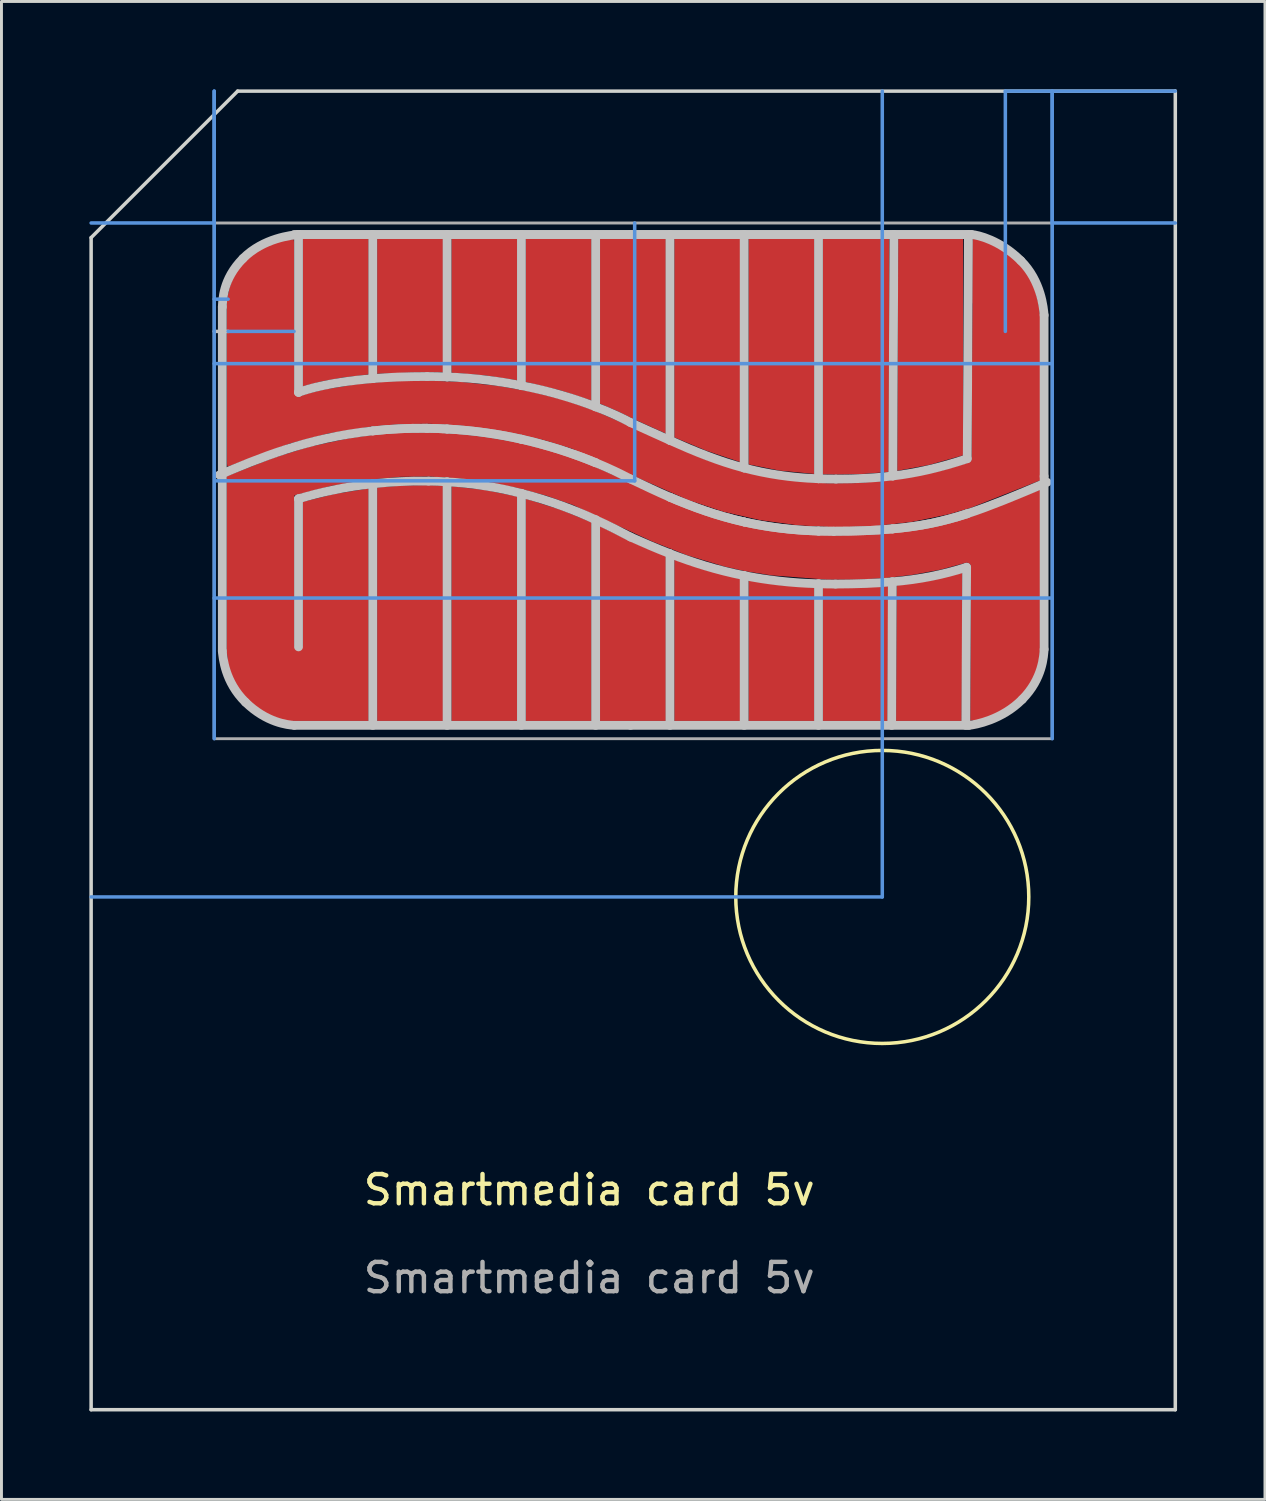
<source format=kicad_pcb>
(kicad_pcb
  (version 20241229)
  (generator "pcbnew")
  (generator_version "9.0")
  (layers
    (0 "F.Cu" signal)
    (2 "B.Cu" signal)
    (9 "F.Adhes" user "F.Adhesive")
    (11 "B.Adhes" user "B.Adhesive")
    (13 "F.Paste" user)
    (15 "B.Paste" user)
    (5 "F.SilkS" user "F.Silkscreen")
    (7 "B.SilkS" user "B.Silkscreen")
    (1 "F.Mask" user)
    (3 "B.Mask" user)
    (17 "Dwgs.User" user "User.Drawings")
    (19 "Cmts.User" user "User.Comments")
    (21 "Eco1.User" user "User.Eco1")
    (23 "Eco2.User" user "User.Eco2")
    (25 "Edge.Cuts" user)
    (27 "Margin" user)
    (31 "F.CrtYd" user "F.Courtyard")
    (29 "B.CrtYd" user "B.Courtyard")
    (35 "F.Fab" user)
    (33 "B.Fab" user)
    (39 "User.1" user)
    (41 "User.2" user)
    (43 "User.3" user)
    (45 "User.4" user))
  (footprint "Smartmedia card 5v"
    (layer "F.Cu")
    (at 18.788 14.821)
    (property "Reference" "Smartmedia card 5v" (at -1.728 22.739 0) (unlocked yes) (layer "F.SilkS") (effects (font (size 1 1) (thickness 0.15))))
    (fp_poly (pts (xy -6.431 6.732) (xy -6.431 -1.277) (xy -5.258 -1.144) (xy -4.184 -0.925) (xy -4.184 6.732)) (stroke (width 0) (type solid)) (fill yes) (layer "F.Cu"))
    (fp_poly (pts (xy -4.184 -9.728) (xy -4.184 -4.892) (xy -5.261 -5.056) (xy -6.431 -5.152) (xy -6.431 -9.728)) (stroke (width 0) (type solid)) (fill yes) (layer "F.Cu"))
    (fp_poly (pts (xy -1.651 -4.203) (xy -2.686 -4.542) (xy -3.894 -4.836) (xy -3.894 -9.728) (xy -1.651 -9.728)) (stroke (width 0) (type solid)) (fill yes) (layer "F.Cu"))
    (fp_poly (pts (xy -1.651 -0.045) (xy -1.651 6.732) (xy -3.894 6.732) (xy -3.894 -0.849) (xy -2.681 -0.466)) (stroke (width 0) (type solid)) (fill yes) (layer "F.Cu"))
    (fp_poly (pts (xy -1.361 6.732) (xy -1.361 0.087) (xy -0.373 0.581) (xy 0.885 1.114) (xy 0.885 6.732)) (stroke (width 0) (type solid)) (fill yes) (layer "F.Cu"))
    (fp_poly (pts (xy 1.175 -2.944) (xy 1.175 -9.728) (xy 3.418 -9.728) (xy 3.418 -2.102) (xy 2.29 -2.48)) (stroke (width 0) (type solid)) (fill yes) (layer "F.Cu"))
    (fp_poly (pts (xy 3.418 1.881) (xy 3.418 6.732) (xy 1.175 6.732) (xy 1.175 1.225) (xy 2.244 1.585)) (stroke (width 0) (type solid)) (fill yes) (layer "F.Cu"))
    (fp_poly (pts (xy 5.954 -1.695) (xy 4.767 -1.81) (xy 3.708 -2.022) (xy 3.708 -9.728) (xy 5.954 -9.728)) (stroke (width 0) (type solid)) (fill yes) (layer "F.Cu"))
    (fp_poly (pts (xy 5.954 2.182) (xy 5.954 6.732) (xy 3.708 6.732) (xy 3.708 1.938) (xy 4.78 2.097)) (stroke (width 0) (type solid)) (fill yes) (layer "F.Cu"))
    (fp_poly (pts (xy 8.473 2.133) (xy 8.453 6.732) (xy 6.245 6.732) (xy 6.245 2.191) (xy 6.679 2.199)) (stroke (width 0) (type solid)) (fill yes) (layer "F.Cu"))
    (fp_poly (pts (xy 8.743 6.732) (xy 8.763 2.106) (xy 9.928 1.94) (xy 11.009 1.672) (xy 10.982 6.732)) (stroke (width 0) (type solid)) (fill yes) (layer "F.Cu"))
    (fp_poly (pts (xy -9.257 -9.728) (xy -9.257 -5.091) (xy -10.149 -4.985) (xy -10.84 -4.861) (xy -11.5 -4.69) (xy -11.5 -9.728)) (stroke (width 0) (type solid)) (fill yes) (layer "F.Cu"))
    (fp_poly (pts (xy -8.967 -1.235) (xy -8.108 -1.3) (xy -7.21 -1.315) (xy -6.721 -1.295) (xy -6.721 6.732) (xy -8.967 6.732)) (stroke (width 0) (type solid)) (fill yes) (layer "F.Cu"))
    (fp_poly (pts (xy 8.51 -9.724) (xy 8.492 -1.767) (xy 7.629 -1.697) (xy 6.696 -1.675) (xy 6.245 -1.683) (xy 6.245 -9.728)) (stroke (width 0) (type solid)) (fill yes) (layer "F.Cu"))
    (fp_poly (pts (xy -8.967 -9.728) (xy -6.721 -9.728) (xy -6.721 -5.164) (xy -7.257 -5.175) (xy -8.967 -5.115) (xy -8.967 -9.728) (xy -7.257 -5.175)) (stroke (width 0) (type solid)) (fill yes) (layer "F.Cu"))
    (fp_poly (pts (xy 11.032 -9.728) (xy 11.032 -2.332) (xy 9.866 -2.004) (xy 8.782 -1.804) (xy 8.816 -9.728) (xy 11.032 -9.728) (xy 11.032 -2.332)) (stroke (width 0) (type solid)) (fill yes) (layer "F.Cu"))
    (fp_poly (pts (xy -1.361 -9.728) (xy 0.885 -9.728) (xy 0.885 -3.074) (xy -0.25 -3.587) (xy -0.753 -3.835) (xy -1.361 -4.094) (xy -1.361 -9.728) (xy -0.25 -3.587)) (stroke (width 0) (type solid)) (fill yes) (layer "F.Cu"))
    (fp_poly (pts (xy -11.903 -7.616) (xy -11.903 -9.586) (xy -12.047 -9.586) (xy -12.333 -9.549) (xy -12.611 -9.472) (xy -12.875 -9.356) (xy -13.12 -9.203) (xy -13.341 -9.017) (xy -13.533 -8.802) (xy -13.692 -8.562) (xy -13.816 -8.301) (xy -13.901 -8.025) (xy -13.947 -7.741) (xy -13.953 -7.616)) (stroke (width 0.2) (type solid)) (fill yes) (layer "F.Cu"))
    (fp_poly (pts (xy -11.903 4.589) (xy -13.963 4.589) (xy -13.962 4.733) (xy -13.925 5.019) (xy -13.848 5.297) (xy -13.732 5.561) (xy -13.58 5.806) (xy -13.394 6.027) (xy -13.179 6.219) (xy -12.938 6.378) (xy -12.678 6.502) (xy -12.402 6.587) (xy -12.117 6.632) (xy -11.903 6.639)) (stroke (width 0.2) (type solid)) (fill yes) (layer "F.Cu"))
    (fp_poly (pts (xy -11.903 4.589) (xy -13.963 4.589) (xy -13.962 4.733) (xy -13.925 5.019) (xy -13.848 5.297) (xy -13.732 5.561) (xy -13.58 5.806) (xy -13.394 6.027) (xy -13.179 6.219) (xy -12.938 6.378) (xy -12.678 6.502) (xy -12.402 6.587) (xy -12.117 6.632) (xy -11.903 6.639)) (stroke (width 0.2) (type solid)) (fill yes) (layer "F.Cu"))
    (fp_poly (pts (xy 11.442 4.669) (xy 11.442 6.639) (xy 11.587 6.638) (xy 11.873 6.601) (xy 12.151 6.524) (xy 12.415 6.408) (xy 12.66 6.256) (xy 12.88 6.07) (xy 13.072 5.855) (xy 13.232 5.614) (xy 13.356 5.353) (xy 13.441 5.078) (xy 13.486 4.793) (xy 13.492 4.669)) (stroke (width 0.2) (type solid)) (fill yes) (layer "F.Cu"))
    (fp_poly (pts (xy 11.442 4.669) (xy 11.442 6.639) (xy 11.587 6.638) (xy 11.873 6.601) (xy 12.151 6.524) (xy 12.415 6.408) (xy 12.66 6.256) (xy 12.88 6.07) (xy 13.072 5.855) (xy 13.232 5.614) (xy 13.356 5.353) (xy 13.441 5.078) (xy 13.486 4.793) (xy 13.492 4.669)) (stroke (width 0.2) (type solid)) (fill yes) (layer "F.Cu"))
    (fp_poly (pts (xy 11.452 -7.556) (xy 13.422 -7.556) (xy 13.422 -7.701) (xy 13.385 -7.987) (xy 13.308 -8.265) (xy 13.192 -8.529) (xy 13.039 -8.774) (xy 12.853 -8.995) (xy 12.638 -9.187) (xy 12.398 -9.346) (xy 12.137 -9.47) (xy 11.861 -9.555) (xy 11.576 -9.6) (xy 11.452 -9.606)) (stroke (width 0.2) (type solid)) (fill yes) (layer "F.Cu"))
    (fp_poly (pts (xy -9.096 -3.03) (xy -8.16 -3.107) (xy -7.191 -3.118) (xy -6.205 -3.065) (xy -5.218 -2.951) (xy -4.245 -2.78) (xy -3.301 -2.555) (xy -2.401 -2.278) (xy -1.562 -1.954) (xy 1.532 -0.546) (xy 2.823 -0.103) (xy 4.105 0.194) (xy 5.39 0.347) (xy 6.749 0.397) (xy 8.05 0.361) (xy 9.338 0.233) (xy 9.982 0.121) (xy 10.588 -0.022) (xy 11.174 -0.194) (xy 13.656 -1.16) (xy 13.652 4.395) (xy 13.641 4.513) (xy 13.624 4.63) (xy 13.599 4.745) (xy 13.569 4.858) (xy 13.532 4.969) (xy 13.442 5.183) (xy 13.33 5.388) (xy 13.2 5.581) (xy 13.052 5.763) (xy 12.888 5.933) (xy 12.712 6.088) (xy 12.524 6.23) (xy 12.327 6.356) (xy 12.122 6.466) (xy 11.913 6.558) (xy 11.7 6.633) (xy 11.486 6.689) (xy 11.272 6.725) (xy 11.3 1.471) (xy 11.299 1.462) (xy 11.298 1.454) (xy 11.297 1.445) (xy 11.294 1.437) (xy 11.292 1.429) (xy 11.288 1.421) (xy 11.285 1.414) (xy 11.28 1.406) (xy 11.276 1.399) (xy 11.271 1.392) (xy 11.265 1.386) (xy 11.26 1.38) (xy 11.253 1.374) (xy 11.247 1.368) (xy 11.24 1.363) (xy 11.233 1.358) (xy 11.226 1.354) (xy 11.219 1.35) (xy 11.211 1.346) (xy 11.203 1.343) (xy 11.195 1.34) (xy 11.187 1.338) (xy 11.179 1.336) (xy 11.17 1.335) (xy 11.162 1.334) (xy 11.153 1.334) (xy 11.145 1.334) (xy 11.136 1.335) (xy 11.128 1.336) (xy 10.236 1.575) (xy 9.313 1.746) (xy 8.357 1.858) (xy 7.383 1.912) (xy 6.405 1.912) (xy 4.494 1.765) (xy 3.591 1.623) (xy 2.889 1.464) (xy 1.603 1.077) (xy 0.4 0.6) (xy -2.293 -0.641) (xy -3.204 -0.957) (xy -4.164 -1.215) (xy -5.156 -1.412) (xy -6.165 -1.544) (xy -7.174 -1.607) (xy -8.167 -1.598) (xy -9.128 -1.512) (xy -10.533 -1.289) (xy -11.79 -0.964) (xy -11.79 4.195) (xy -11.5 4.195) (xy -11.5 -0.746) (xy -10.437 -1.01) (xy -9.257 -1.202) (xy -9.257 6.732) (xy -11.787 6.732) (xy -11.886 6.723) (xy -12.023 6.702) (xy -12.194 6.663) (xy -12.392 6.601) (xy -12.613 6.507) (xy -12.85 6.378) (xy -12.974 6.297) (xy -13.099 6.205) (xy -13.226 6.1) (xy -13.354 5.983) (xy -13.471 5.86) (xy -13.576 5.735) (xy -13.668 5.609) (xy -13.748 5.483) (xy -13.818 5.358) (xy -13.877 5.235) (xy -13.97 4.998) (xy -14.032 4.782) (xy -14.071 4.593) (xy -14.104 4.333) (xy -14.104 -1.617) (xy -12.525 -2.238) (xy -11.289 -2.623) (xy -9.876 -2.925) (xy -9.097 -3.03)) (stroke (width 0) (type solid)) (fill yes) (layer "F.Cu"))
    (fp_poly (pts (xy 2.21 -2.196) (xy 3.526 -1.767) (xy 4.461 -1.571) (xy 5.417 -1.442) (xy 6.386 -1.379) (xy 7.364 -1.384) (xy 8.342 -1.457) (xy 9.316 -1.599) (xy 10.277 -1.808) (xy 11.222 -2.087) (xy 11.232 -2.091) (xy 11.243 -2.096) (xy 11.253 -2.102) (xy 11.262 -2.108) (xy 11.271 -2.115) (xy 11.279 -2.123) (xy 11.286 -2.131) (xy 11.293 -2.14) (xy 11.299 -2.149) (xy 11.305 -2.159) (xy 11.31 -2.169) (xy 11.314 -2.179) (xy 11.317 -2.19) (xy 11.319 -2.201) (xy 11.32 -2.213) (xy 11.359 -9.722) (xy 11.454 -9.704) (xy 11.647 -9.654) (xy 11.844 -9.584) (xy 12.042 -9.497) (xy 12.24 -9.391) (xy 12.436 -9.266) (xy 12.627 -9.124) (xy 12.812 -8.964) (xy 13.018 -8.754) (xy 13.122 -8.626) (xy 13.214 -8.494) (xy 13.294 -8.362) (xy 13.364 -8.228) (xy 13.424 -8.096) (xy 13.518 -7.839) (xy 13.581 -7.602) (xy 13.622 -7.395) (xy 13.656 -7.115) (xy 13.656 -1.475) (xy 11.259 -0.529) (xy 10.526 -0.316) (xy 9.29 -0.061) (xy 8.009 0.086) (xy 6.703 0.126) (xy 5.394 0.058) (xy 4.103 -0.119) (xy 2.85 -0.406) (xy 1.656 -0.803) (xy -2.307 -2.553) (xy -3.223 -2.835) (xy -4.185 -3.064) (xy -5.176 -3.238) (xy -6.182 -3.354) (xy -7.186 -3.408) (xy -8.173 -3.397) (xy -9.128 -3.318) (xy -10.612 -3.083) (xy -11.917 -2.744) (xy -14.066 -1.947) (xy -14.075 -1.949) (xy -14.083 -1.982) (xy -14.09 -2.044) (xy -14.101 -7.374) (xy -14.104 -7.398) (xy -14.103 -7.472) (xy -14.088 -7.638) (xy -14.055 -7.826) (xy -14.002 -8.027) (xy -13.927 -8.235) (xy -13.83 -8.443) (xy -13.772 -8.544) (xy -13.708 -8.644) (xy -13.637 -8.739) (xy -13.56 -8.831) (xy -13.372 -9.019) (xy -13.265 -9.113) (xy -13.154 -9.198) (xy -13.041 -9.274) (xy -12.81 -9.405) (xy -12.58 -9.508) (xy -12.358 -9.586) (xy -12.152 -9.644) (xy -11.812 -9.709) (xy -11.79 -4.556) (xy -11.792 -4.546) (xy -11.793 -4.535) (xy -11.794 -4.524) (xy -11.793 -4.503) (xy -11.791 -4.482) (xy -11.786 -4.462) (xy -11.779 -4.442) (xy -11.775 -4.433) (xy -11.771 -4.424) (xy -11.766 -4.415) (xy -11.76 -4.407) (xy -11.755 -4.399) (xy -11.748 -4.391) (xy -11.742 -4.384) (xy -11.734 -4.377) (xy -11.727 -4.371) (xy -11.719 -4.365) (xy -11.711 -4.36) (xy -11.702 -4.356) (xy -11.693 -4.352) (xy -11.684 -4.349) (xy -11.674 -4.347) (xy -11.664 -4.345) (xy -11.654 -4.344) (xy -11.643 -4.344) (xy -11.632 -4.345) (xy -11.621 -4.347) (xy -11.61 -4.349) (xy -11.291 -4.451) (xy -10.778 -4.578) (xy -9.692 -4.757) (xy -8.534 -4.86) (xy -7.33 -4.887) (xy -6.107 -4.837) (xy -4.892 -4.709) (xy -3.711 -4.505) (xy -2.591 -4.222) (xy -1.559 -3.861)) (stroke (width 0) (type solid)) (fill yes) (layer "F.Cu"))
    (fp_poly (pts (xy -6.431 6.732) (xy -6.431 -1.277) (xy -5.258 -1.144) (xy -4.184 -0.925) (xy -4.184 6.732)) (stroke (width 0) (type solid)) (fill yes) (layer "F.Mask"))
    (fp_poly (pts (xy -4.184 -9.728) (xy -4.184 -4.892) (xy -5.261 -5.056) (xy -6.431 -5.152) (xy -6.431 -9.728)) (stroke (width 0) (type solid)) (fill yes) (layer "F.Mask"))
    (fp_poly (pts (xy -1.651 -4.203) (xy -2.686 -4.542) (xy -3.894 -4.836) (xy -3.894 -9.728) (xy -1.651 -9.728)) (stroke (width 0) (type solid)) (fill yes) (layer "F.Mask"))
    (fp_poly (pts (xy -1.651 -0.045) (xy -1.651 6.732) (xy -3.894 6.732) (xy -3.894 -0.849) (xy -2.681 -0.466)) (stroke (width 0) (type solid)) (fill yes) (layer "F.Mask"))
    (fp_poly (pts (xy -1.361 6.732) (xy -1.361 0.087) (xy -0.373 0.581) (xy 0.885 1.114) (xy 0.885 6.732)) (stroke (width 0) (type solid)) (fill yes) (layer "F.Mask"))
    (fp_poly (pts (xy 1.175 -2.944) (xy 1.175 -9.728) (xy 3.418 -9.728) (xy 3.418 -2.102) (xy 2.29 -2.48)) (stroke (width 0) (type solid)) (fill yes) (layer "F.Mask"))
    (fp_poly (pts (xy 3.418 1.881) (xy 3.418 6.732) (xy 1.175 6.732) (xy 1.175 1.225) (xy 2.244 1.585)) (stroke (width 0) (type solid)) (fill yes) (layer "F.Mask"))
    (fp_poly (pts (xy 5.954 -1.695) (xy 4.767 -1.81) (xy 3.708 -2.022) (xy 3.708 -9.728) (xy 5.954 -9.728)) (stroke (width 0) (type solid)) (fill yes) (layer "F.Mask"))
    (fp_poly (pts (xy 5.954 2.182) (xy 5.954 6.732) (xy 3.708 6.732) (xy 3.708 1.938) (xy 4.78 2.097)) (stroke (width 0) (type solid)) (fill yes) (layer "F.Mask"))
    (fp_poly (pts (xy 8.473 2.133) (xy 8.453 6.732) (xy 6.245 6.732) (xy 6.245 2.191) (xy 6.679 2.199)) (stroke (width 0) (type solid)) (fill yes) (layer "F.Mask"))
    (fp_poly (pts (xy 8.743 6.732) (xy 8.763 2.106) (xy 9.928 1.94) (xy 11.009 1.672) (xy 10.982 6.732)) (stroke (width 0) (type solid)) (fill yes) (layer "F.Mask"))
    (fp_poly (pts (xy -9.257 -9.728) (xy -9.257 -5.091) (xy -10.149 -4.985) (xy -10.84 -4.861) (xy -11.5 -4.69) (xy -11.5 -9.728)) (stroke (width 0) (type solid)) (fill yes) (layer "F.Mask"))
    (fp_poly (pts (xy -8.967 -1.235) (xy -8.108 -1.3) (xy -7.21 -1.315) (xy -6.721 -1.295) (xy -6.721 6.732) (xy -8.967 6.732)) (stroke (width 0) (type solid)) (fill yes) (layer "F.Mask"))
    (fp_poly (pts (xy 8.51 -9.724) (xy 8.492 -1.767) (xy 7.629 -1.697) (xy 6.696 -1.675) (xy 6.245 -1.683) (xy 6.245 -9.728)) (stroke (width 0) (type solid)) (fill yes) (layer "F.Mask"))
    (fp_poly (pts (xy -8.967 -9.728) (xy -6.721 -9.728) (xy -6.721 -5.164) (xy -7.257 -5.175) (xy -8.967 -5.115) (xy -8.967 -9.728) (xy -7.257 -5.175)) (stroke (width 0) (type solid)) (fill yes) (layer "F.Mask"))
    (fp_poly (pts (xy 11.032 -9.728) (xy 11.032 -2.332) (xy 9.866 -2.004) (xy 8.782 -1.804) (xy 8.816 -9.728) (xy 11.032 -9.728) (xy 11.032 -2.332)) (stroke (width 0) (type solid)) (fill yes) (layer "F.Mask"))
    (fp_poly (pts (xy -1.361 -9.728) (xy 0.885 -9.728) (xy 0.885 -3.074) (xy -0.25 -3.587) (xy -0.753 -3.835) (xy -1.361 -4.094) (xy -1.361 -9.728) (xy -0.25 -3.587)) (stroke (width 0) (type solid)) (fill yes) (layer "F.Mask"))
    (fp_poly (pts (xy -11.903 -7.616) (xy -11.903 -9.586) (xy -12.047 -9.586) (xy -12.333 -9.549) (xy -12.611 -9.472) (xy -12.875 -9.356) (xy -13.12 -9.203) (xy -13.341 -9.017) (xy -13.533 -8.802) (xy -13.692 -8.562) (xy -13.816 -8.301) (xy -13.901 -8.025) (xy -13.947 -7.741) (xy -13.953 -7.616)) (stroke (width 0.2) (type solid)) (fill yes) (layer "F.Mask"))
    (fp_poly (pts (xy 11.452 -7.556) (xy 13.422 -7.556) (xy 13.422 -7.701) (xy 13.385 -7.987) (xy 13.308 -8.265) (xy 13.192 -8.529) (xy 13.039 -8.774) (xy 12.853 -8.995) (xy 12.638 -9.187) (xy 12.398 -9.346) (xy 12.137 -9.47) (xy 11.861 -9.555) (xy 11.576 -9.6) (xy 11.452 -9.606)) (stroke (width 0.2) (type solid)) (fill yes) (layer "F.Mask"))
    (fp_poly (pts (xy -9.096 -3.03) (xy -8.16 -3.107) (xy -7.191 -3.118) (xy -6.205 -3.065) (xy -5.218 -2.951) (xy -4.245 -2.78) (xy -3.301 -2.555) (xy -2.401 -2.278) (xy -1.562 -1.954) (xy 1.532 -0.546) (xy 2.823 -0.103) (xy 4.105 0.194) (xy 5.39 0.347) (xy 6.749 0.397) (xy 8.05 0.361) (xy 9.338 0.233) (xy 9.982 0.121) (xy 10.588 -0.022) (xy 11.174 -0.194) (xy 13.656 -1.16) (xy 13.652 4.395) (xy 13.641 4.513) (xy 13.624 4.63) (xy 13.599 4.745) (xy 13.569 4.858) (xy 13.532 4.969) (xy 13.442 5.183) (xy 13.33 5.388) (xy 13.2 5.581) (xy 13.052 5.763) (xy 12.888 5.933) (xy 12.712 6.088) (xy 12.524 6.23) (xy 12.327 6.356) (xy 12.122 6.466) (xy 11.913 6.558) (xy 11.7 6.633) (xy 11.486 6.689) (xy 11.272 6.725) (xy 11.3 1.471) (xy 11.299 1.462) (xy 11.298 1.454) (xy 11.297 1.445) (xy 11.294 1.437) (xy 11.292 1.429) (xy 11.288 1.421) (xy 11.285 1.414) (xy 11.28 1.406) (xy 11.276 1.399) (xy 11.271 1.392) (xy 11.265 1.386) (xy 11.26 1.38) (xy 11.253 1.374) (xy 11.247 1.368) (xy 11.24 1.363) (xy 11.233 1.358) (xy 11.226 1.354) (xy 11.219 1.35) (xy 11.211 1.346) (xy 11.203 1.343) (xy 11.195 1.34) (xy 11.187 1.338) (xy 11.179 1.336) (xy 11.17 1.335) (xy 11.162 1.334) (xy 11.153 1.334) (xy 11.145 1.334) (xy 11.136 1.335) (xy 11.128 1.336) (xy 10.236 1.575) (xy 9.313 1.746) (xy 8.357 1.858) (xy 7.383 1.912) (xy 6.405 1.912) (xy 4.494 1.765) (xy 3.591 1.623) (xy 2.889 1.464) (xy 1.603 1.077) (xy 0.4 0.6) (xy -2.293 -0.641) (xy -3.204 -0.957) (xy -4.164 -1.215) (xy -5.156 -1.412) (xy -6.165 -1.544) (xy -7.174 -1.607) (xy -8.167 -1.598) (xy -9.128 -1.512) (xy -10.533 -1.289) (xy -11.79 -0.964) (xy -11.79 4.195) (xy -11.5 4.195) (xy -11.5 -0.746) (xy -10.437 -1.01) (xy -9.257 -1.202) (xy -9.257 6.732) (xy -11.787 6.732) (xy -11.886 6.723) (xy -12.023 6.702) (xy -12.194 6.663) (xy -12.392 6.601) (xy -12.613 6.507) (xy -12.85 6.378) (xy -12.974 6.297) (xy -13.099 6.205) (xy -13.226 6.1) (xy -13.354 5.983) (xy -13.471 5.86) (xy -13.576 5.735) (xy -13.668 5.609) (xy -13.748 5.483) (xy -13.818 5.358) (xy -13.877 5.235) (xy -13.97 4.998) (xy -14.032 4.782) (xy -14.071 4.593) (xy -14.104 4.333) (xy -14.104 -1.617) (xy -12.525 -2.238) (xy -11.289 -2.623) (xy -9.876 -2.925) (xy -9.097 -3.03)) (stroke (width 0) (type solid)) (fill yes) (layer "F.Mask"))
    (fp_poly (pts (xy 2.21 -2.196) (xy 3.526 -1.767) (xy 4.461 -1.571) (xy 5.417 -1.442) (xy 6.386 -1.379) (xy 7.364 -1.384) (xy 8.342 -1.457) (xy 9.316 -1.599) (xy 10.277 -1.808) (xy 11.222 -2.087) (xy 11.232 -2.091) (xy 11.243 -2.096) (xy 11.253 -2.102) (xy 11.262 -2.108) (xy 11.271 -2.115) (xy 11.279 -2.123) (xy 11.286 -2.131) (xy 11.293 -2.14) (xy 11.299 -2.149) (xy 11.305 -2.159) (xy 11.31 -2.169) (xy 11.314 -2.179) (xy 11.317 -2.19) (xy 11.319 -2.201) (xy 11.32 -2.213) (xy 11.359 -9.722) (xy 11.454 -9.704) (xy 11.647 -9.654) (xy 11.844 -9.584) (xy 12.042 -9.497) (xy 12.24 -9.391) (xy 12.436 -9.266) (xy 12.627 -9.124) (xy 12.812 -8.964) (xy 13.018 -8.754) (xy 13.122 -8.626) (xy 13.214 -8.494) (xy 13.294 -8.362) (xy 13.364 -8.228) (xy 13.424 -8.096) (xy 13.518 -7.839) (xy 13.581 -7.602) (xy 13.622 -7.395) (xy 13.656 -7.115) (xy 13.656 -1.475) (xy 11.259 -0.529) (xy 10.526 -0.316) (xy 9.29 -0.061) (xy 8.009 0.086) (xy 6.703 0.126) (xy 5.394 0.058) (xy 4.103 -0.119) (xy 2.85 -0.406) (xy 1.656 -0.803) (xy -2.307 -2.553) (xy -3.223 -2.835) (xy -4.185 -3.064) (xy -5.176 -3.238) (xy -6.182 -3.354) (xy -7.186 -3.408) (xy -8.173 -3.397) (xy -9.128 -3.318) (xy -10.612 -3.083) (xy -11.917 -2.744) (xy -14.066 -1.947) (xy -14.075 -1.949) (xy -14.083 -1.982) (xy -14.09 -2.044) (xy -14.101 -7.374) (xy -14.104 -7.398) (xy -14.103 -7.472) (xy -14.088 -7.638) (xy -14.055 -7.826) (xy -14.002 -8.027) (xy -13.927 -8.235) (xy -13.83 -8.443) (xy -13.772 -8.544) (xy -13.708 -8.644) (xy -13.637 -8.739) (xy -13.56 -8.831) (xy -13.372 -9.019) (xy -13.265 -9.113) (xy -13.154 -9.198) (xy -13.041 -9.274) (xy -12.81 -9.405) (xy -12.58 -9.508) (xy -12.358 -9.586) (xy -12.152 -9.644) (xy -11.812 -9.709) (xy -11.79 -4.556) (xy -11.792 -4.546) (xy -11.793 -4.535) (xy -11.794 -4.524) (xy -11.793 -4.503) (xy -11.791 -4.482) (xy -11.786 -4.462) (xy -11.779 -4.442) (xy -11.775 -4.433) (xy -11.771 -4.424) (xy -11.766 -4.415) (xy -11.76 -4.407) (xy -11.755 -4.399) (xy -11.748 -4.391) (xy -11.742 -4.384) (xy -11.734 -4.377) (xy -11.727 -4.371) (xy -11.719 -4.365) (xy -11.711 -4.36) (xy -11.702 -4.356) (xy -11.693 -4.352) (xy -11.684 -4.349) (xy -11.674 -4.347) (xy -11.664 -4.345) (xy -11.654 -4.344) (xy -11.643 -4.344) (xy -11.632 -4.345) (xy -11.621 -4.347) (xy -11.61 -4.349) (xy -11.291 -4.451) (xy -10.778 -4.578) (xy -9.692 -4.757) (xy -8.534 -4.86) (xy -7.33 -4.887) (xy -6.107 -4.837) (xy -4.892 -4.709) (xy -3.711 -4.505) (xy -2.591 -4.222) (xy -1.559 -3.861)) (stroke (width 0) (type solid)) (fill yes) (layer "F.Mask"))
    (fp_circle (center 8.272 12.739) (end 13.272 12.739) (stroke (width 0.12) (type solid)) (fill no) (layer "F.SilkS"))
    (fp_line (start -14.198 -6.561) (end -14.528 -6.561) (stroke (width 0.12) (type solid)) (layer "Dwgs.User"))
    (fp_line (start -14.053 -6.561) (end -14.198 -6.561) (stroke (width 0.12) (type solid)) (layer "Dwgs.User"))
    (fp_line (start -11.65 -9.867) (end 11.211 -9.866) (stroke (width 0.3) (type solid)) (layer "Dwgs.User"))
    (fp_line (start -9.116 -4.951) (end -9.116 -9.866) (stroke (width 0.3) (type solid)) (layer "Dwgs.User"))
    (fp_line (start -9.116 6.884) (end -9.116 -1.36) (stroke (width 0.3) (type solid)) (layer "Dwgs.User"))
    (fp_line (start -6.58 -5.008) (end -6.58 -9.866) (stroke (width 0.3) (type solid)) (layer "Dwgs.User"))
    (fp_line (start -6.58 6.884) (end -6.58 -1.427) (stroke (width 0.3) (type solid)) (layer "Dwgs.User"))
    (fp_line (start -4.043 -4.711) (end -4.043 -9.855) (stroke (width 0.3) (type solid)) (layer "Dwgs.User"))
    (fp_line (start -4.043 6.884) (end -4.043 -1.032) (stroke (width 0.3) (type solid)) (layer "Dwgs.User"))
    (fp_line (start -1.51 -3.988) (end -1.51 -9.866) (stroke (width 0.3) (type solid)) (layer "Dwgs.User"))
    (fp_line (start -1.51 6.884) (end -1.51 -0.132) (stroke (width 0.3) (type solid)) (layer "Dwgs.User"))
    (fp_line (start 1.026 -2.842) (end 1.026 -9.866) (stroke (width 0.3) (type solid)) (layer "Dwgs.User"))
    (fp_line (start 1.026 6.884) (end 1.026 1.025) (stroke (width 0.3) (type solid)) (layer "Dwgs.User"))
    (fp_line (start 3.559 -1.9) (end 3.559 -9.866) (stroke (width 0.3) (type solid)) (layer "Dwgs.User"))
    (fp_line (start 3.559 6.884) (end 3.559 1.773) (stroke (width 0.3) (type solid)) (layer "Dwgs.User"))
    (fp_line (start 6.096 -1.533) (end 6.096 -9.866) (stroke (width 0.3) (type solid)) (layer "Dwgs.User"))
    (fp_line (start 6.096 6.884) (end 6.096 2.051) (stroke (width 0.3) (type solid)) (layer "Dwgs.User"))
    (fp_line (start 8.615 1.984) (end 8.593 6.884) (stroke (width 0.3) (type solid)) (layer "Dwgs.User"))
    (fp_line (start 8.668 -9.866) (end 8.632 -1.628) (stroke (width 0.3) (type solid)) (layer "Dwgs.User"))
    (fp_curve (pts (xy -14.251 -7.397) (xy -14.236 -7.615) (xy -14.251 -8.337) (xy -13.547 -9.048)) (stroke (width 0.3) (type solid)) (layer "Dwgs.User"))
    (fp_curve (pts (xy -14.251 4.347) (xy -14.251 4.347) (xy -14.251 -7.397) (xy -14.251 -7.397)) (stroke (width 0.3) (type solid)) (layer "Dwgs.User"))
    (fp_curve (pts (xy -13.547 -9.048) (xy -12.851 -9.751) (xy -11.869 -9.848) (xy -11.65 -9.867)) (stroke (width 0.3) (type solid)) (layer "Dwgs.User"))
    (fp_curve (pts (xy -13.459 6.095) (xy -14.167 5.403) (xy -14.23 4.567) (xy -14.251 4.347)) (stroke (width 0.3) (type solid)) (layer "Dwgs.User"))
    (fp_curve (pts (xy -11.796 -9.867) (xy -11.796 -9.867) (xy -0.318 -9.867) (xy -0.318 -9.867)) (stroke (width 0.3) (type solid)) (layer "Dwgs.User"))
    (fp_curve (pts (xy -11.796 6.883) (xy -12.014 6.87) (xy -12.744 6.793) (xy -13.459 6.095)) (stroke (width 0.3) (type solid)) (layer "Dwgs.User"))
    (fp_curve (pts (xy -11.65 -9.867) (xy -11.65 -8.072) (xy -11.65 -6.276) (xy -11.65 -4.481)) (stroke (width 0.3) (type solid)) (layer "Dwgs.User"))
    (fp_curve (pts (xy -11.65 -4.481) (xy -11.65 -4.481) (xy -11.649 -4.482) (xy -11.649 -4.482)) (stroke (width 0.3) (type solid)) (layer "Dwgs.User"))
    (fp_curve (pts (xy -11.65 -0.848) (xy -11.65 -0.848) (xy -11.649 -0.849) (xy -11.649 -0.849)) (stroke (width 0.3) (type solid)) (layer "Dwgs.User"))
    (fp_curve (pts (xy -11.65 4.205) (xy -11.65 2.521) (xy -11.65 0.837) (xy -11.65 -0.848)) (stroke (width 0.3) (type solid)) (layer "Dwgs.User"))
    (fp_curve (pts (xy -11.649 -4.482) (xy -11.349 -4.592) (xy -10.566 -4.831) (xy -9.116 -4.951)) (stroke (width 0.3) (type solid)) (layer "Dwgs.User"))
    (fp_curve (pts (xy -11.649 -0.849) (xy -10.901 -1.071) (xy -10.061 -1.258) (xy -9.116 -1.36)) (stroke (width 0.3) (type solid)) (layer "Dwgs.User"))
    (fp_curve (pts (xy -9.116 -3.166) (xy -11.391 -2.923) (xy -13.042 -2.21) (xy -14.351 -1.663)) (stroke (width 0.3) (type solid)) (layer "Dwgs.User"))
    (fp_curve (pts (xy -9.116 -4.951) (xy -8.59 -4.994) (xy -7.973 -5.022) (xy -7.26 -5.022)) (stroke (width 0.3) (type solid)) (layer "Dwgs.User"))
    (fp_curve (pts (xy -9.116 -3.166) (xy -8.541 -3.23) (xy -7.927 -3.262) (xy -7.267 -3.255)) (stroke (width 0.3) (type solid)) (layer "Dwgs.User"))
    (fp_curve (pts (xy -9.116 -1.36) (xy -8.527 -1.427) (xy -7.892 -1.462) (xy -7.211 -1.452)) (stroke (width 0.3) (type solid)) (layer "Dwgs.User"))
    (fp_curve (pts (xy -7.267 -3.255) (xy -7.927 -3.262) (xy -8.541 -3.23) (xy -9.116 -3.166)) (stroke (width 0.3) (type solid)) (layer "Dwgs.User"))
    (fp_curve (pts (xy -7.267 -3.255) (xy -7.035 -3.251) (xy -6.805 -3.244) (xy -6.58 -3.23)) (stroke (width 0.3) (type solid)) (layer "Dwgs.User"))
    (fp_curve (pts (xy -7.26 -5.022) (xy -7.028 -5.022) (xy -6.802 -5.018) (xy -6.58 -5.008)) (stroke (width 0.3) (type solid)) (layer "Dwgs.User"))
    (fp_curve (pts (xy -7.211 -1.452) (xy -6.996 -1.448) (xy -6.784 -1.441) (xy -6.58 -1.427)) (stroke (width 0.3) (type solid)) (layer "Dwgs.User"))
    (fp_curve (pts (xy -6.58 -5.008) (xy -5.655 -4.973) (xy -4.805 -4.863) (xy -4.043 -4.711)) (stroke (width 0.3) (type solid)) (layer "Dwgs.User"))
    (fp_curve (pts (xy -6.58 -3.23) (xy -6.805 -3.244) (xy -7.035 -3.251) (xy -7.267 -3.255)) (stroke (width 0.3) (type solid)) (layer "Dwgs.User"))
    (fp_curve (pts (xy -6.58 -3.23) (xy -5.655 -3.18) (xy -4.809 -3.053) (xy -4.043 -2.881)) (stroke (width 0.3) (type solid)) (layer "Dwgs.User"))
    (fp_curve (pts (xy -6.58 -1.427) (xy -5.652 -1.374) (xy -4.805 -1.23) (xy -4.043 -1.032)) (stroke (width 0.3) (type solid)) (layer "Dwgs.User"))
    (fp_curve (pts (xy -4.043 -4.711) (xy -3.048 -4.517) (xy -2.198 -4.256) (xy -1.51 -3.988)) (stroke (width 0.3) (type solid)) (layer "Dwgs.User"))
    (fp_curve (pts (xy -4.043 -2.881) (xy -4.809 -3.053) (xy -5.655 -3.18) (xy -6.58 -3.23)) (stroke (width 0.3) (type solid)) (layer "Dwgs.User"))
    (fp_curve (pts (xy -4.043 -2.881) (xy -3.052 -2.658) (xy -2.198 -2.365) (xy -1.51 -2.08)) (stroke (width 0.3) (type solid)) (layer "Dwgs.User"))
    (fp_curve (pts (xy -4.043 -1.032) (xy -3.048 -0.782) (xy -2.198 -0.45) (xy -1.51 -0.132)) (stroke (width 0.3) (type solid)) (layer "Dwgs.User"))
    (fp_curve (pts (xy -1.51 -2.08) (xy -2.198 -2.365) (xy -3.052 -2.658) (xy -4.043 -2.881)) (stroke (width 0.3) (type solid)) (layer "Dwgs.User"))
    (fp_curve (pts (xy -1.51 -2.08) (xy -1.03 -1.882) (xy -0.632 -1.688) (xy -0.318 -1.522)) (stroke (width 0.3) (type solid)) (layer "Dwgs.User"))
    (fp_curve (pts (xy -1.51 -0.132) (xy -1.034 0.083) (xy -0.635 0.291) (xy -0.318 0.457)) (stroke (width 0.3) (type solid)) (layer "Dwgs.User"))
    (fp_curve (pts (xy -0.318 -9.867) (xy -0.318 -9.867) (xy 11.318 -9.867) (xy 11.318 -9.867)) (stroke (width 0.3) (type solid)) (layer "Dwgs.User"))
    (fp_curve (pts (xy -0.318 6.883) (xy -0.318 6.883) (xy -11.796 6.883) (xy -11.796 6.883)) (stroke (width 0.3) (type solid)) (layer "Dwgs.User"))
    (fp_curve (pts (xy -0.318 -3.452) (xy -0.632 -3.618) (xy -1.03 -3.805) (xy -1.51 -3.988)) (stroke (width 0.3) (type solid)) (layer "Dwgs.User"))
    (fp_curve (pts (xy -0.318 -1.522) (xy 0.127 -1.311) (xy 0.568 -1.099) (xy 1.026 -0.901)) (stroke (width 0.3) (type solid)) (layer "Dwgs.User"))
    (fp_curve (pts (xy -0.318 0.457) (xy 0.116 0.651) (xy 0.561 0.845) (xy 1.026 1.025)) (stroke (width 0.3) (type solid)) (layer "Dwgs.User"))
    (fp_curve (pts (xy 1.026 -2.842) (xy 0.596 -3.032) (xy 0.151 -3.24) (xy -0.325 -3.452)) (stroke (width 0.3) (type solid)) (layer "Dwgs.User"))
    (fp_curve (pts (xy 1.026 -2.842) (xy 1.877 -2.461) (xy 2.674 -2.136) (xy 3.559 -1.9)) (stroke (width 0.3) (type solid)) (layer "Dwgs.User"))
    (fp_curve (pts (xy 1.026 -0.901) (xy 1.802 -0.57) (xy 2.621 -0.27) (xy 3.559 -0.058)) (stroke (width 0.3) (type solid)) (layer "Dwgs.User"))
    (fp_curve (pts (xy 1.026 1.025) (xy 1.792 1.321) (xy 2.617 1.586) (xy 3.559 1.773)) (stroke (width 0.3) (type solid)) (layer "Dwgs.User"))
    (fp_curve (pts (xy 3.559 -1.9) (xy 4.311 -1.702) (xy 5.129 -1.568) (xy 6.096 -1.533)) (stroke (width 0.3) (type solid)) (layer "Dwgs.User"))
    (fp_curve (pts (xy 3.559 -0.058) (xy 2.621 -0.27) (xy 1.802 -0.57) (xy 1.026 -0.901)) (stroke (width 0.3) (type solid)) (layer "Dwgs.User"))
    (fp_curve (pts (xy 3.559 -0.058) (xy 4.314 0.111) (xy 5.147 0.224) (xy 6.096 0.252)) (stroke (width 0.3) (type solid)) (layer "Dwgs.User"))
    (fp_curve (pts (xy 3.559 1.773) (xy 4.321 1.924) (xy 5.157 2.027) (xy 6.096 2.051)) (stroke (width 0.3) (type solid)) (layer "Dwgs.User"))
    (fp_curve (pts (xy 6.096 -1.533) (xy 6.286 -1.526) (xy 6.487 -1.522) (xy 6.692 -1.522)) (stroke (width 0.3) (type solid)) (layer "Dwgs.User"))
    (fp_curve (pts (xy 6.096 0.252) (xy 5.147 0.224) (xy 4.314 0.111) (xy 3.559 -0.058)) (stroke (width 0.3) (type solid)) (layer "Dwgs.User"))
    (fp_curve (pts (xy 6.096 0.252) (xy 6.269 0.256) (xy 6.442 0.259) (xy 6.618 0.259)) (stroke (width 0.3) (type solid)) (layer "Dwgs.User"))
    (fp_curve (pts (xy 6.096 2.051) (xy 6.283 2.058) (xy 6.477 2.062) (xy 6.674 2.062)) (stroke (width 0.3) (type solid)) (layer "Dwgs.User"))
    (fp_curve (pts (xy 6.618 0.259) (xy 6.442 0.259) (xy 6.269 0.256) (xy 6.096 0.252)) (stroke (width 0.3) (type solid)) (layer "Dwgs.User"))
    (fp_curve (pts (xy 6.618 0.259) (xy 7.39 0.259) (xy 8.043 0.234) (xy 8.622 0.178)) (stroke (width 0.3) (type solid)) (layer "Dwgs.User"))
    (fp_curve (pts (xy 6.674 2.062) (xy 7.419 2.058) (xy 8.05 2.037) (xy 8.615 1.984)) (stroke (width 0.3) (type solid)) (layer "Dwgs.User"))
    (fp_curve (pts (xy 6.692 -1.522) (xy 7.401 -1.522) (xy 8.025 -1.554) (xy 8.632 -1.628)) (stroke (width 0.3) (type solid)) (layer "Dwgs.User"))
    (fp_curve (pts (xy 8.615 1.984) (xy 9.571 1.903) (xy 10.336 1.744) (xy 11.151 1.487)) (stroke (width 0.3) (type solid)) (layer "Dwgs.User"))
    (fp_curve (pts (xy 8.622 0.178) (xy 8.043 0.234) (xy 7.39 0.259) (xy 6.618 0.259)) (stroke (width 0.3) (type solid)) (layer "Dwgs.User"))
    (fp_curve (pts (xy 8.622 0.178) (xy 9.574 0.093) (xy 10.34 -0.069) (xy 11.162 -0.337)) (stroke (width 0.3) (type solid)) (layer "Dwgs.User"))
    (fp_curve (pts (xy 8.632 -1.628) (xy 9.444 -1.727) (xy 10.234 -1.907) (xy 11.172 -2.217)) (stroke (width 0.3) (type solid)) (layer "Dwgs.User"))
    (fp_curve (pts (xy 11.151 1.487) (xy 11.151 1.487) (xy 11.123 6.884) (xy 11.123 6.884)) (stroke (width 0.3) (type solid)) (layer "Dwgs.User"))
    (fp_curve (pts (xy 11.162 -0.337) (xy 10.34 -0.069) (xy 9.574 0.093) (xy 8.622 0.178)) (stroke (width 0.3) (type solid)) (layer "Dwgs.User"))
    (fp_curve (pts (xy 11.172 -2.217) (xy 11.172 -2.217) (xy 11.211 -9.866) (xy 11.211 -9.866)) (stroke (width 0.3) (type solid)) (layer "Dwgs.User"))
    (fp_curve (pts (xy 11.228 6.883) (xy 11.228 6.883) (xy -0.318 6.883) (xy -0.318 6.883)) (stroke (width 0.3) (type solid)) (layer "Dwgs.User"))
    (fp_curve (pts (xy 11.318 -9.867) (xy 11.535 -9.852) (xy 12.291 -9.677) (xy 13.001 -8.974)) (stroke (width 0.3) (type solid)) (layer "Dwgs.User"))
    (fp_curve (pts (xy 13.001 -8.974) (xy 13.704 -8.277) (xy 13.776 -7.335) (xy 13.795 -7.115)) (stroke (width 0.3) (type solid)) (layer "Dwgs.User"))
    (fp_curve (pts (xy 13.05 5.996) (xy 12.354 6.699) (xy 11.447 6.864) (xy 11.228 6.883)) (stroke (width 0.3) (type solid)) (layer "Dwgs.User"))
    (fp_curve (pts (xy 13.795 -7.115) (xy 13.795 -7.115) (xy 13.795 -1.615) (xy 13.795 -1.615)) (stroke (width 0.3) (type solid)) (layer "Dwgs.User"))
    (fp_curve (pts (xy 13.795 -1.615) (xy 13.795 -1.615) (xy 13.795 4.289) (xy 13.795 4.289)) (stroke (width 0.3) (type solid)) (layer "Dwgs.User"))
    (fp_curve (pts (xy 13.795 4.289) (xy 13.78 4.507) (xy 13.753 5.286) (xy 13.05 5.996)) (stroke (width 0.3) (type solid)) (layer "Dwgs.User"))
    (fp_curve (pts (xy 13.896 -1.413) (xy 12.788 -0.944) (xy 11.952 -0.595) (xy 11.162 -0.337)) (stroke (width 0.3) (type solid)) (layer "Dwgs.User"))
    (fp_line (start -18.728 -10.261) (end -14.528 -10.261) (stroke (width 0.12) (type solid)) (layer "Cmts.User"))
    (fp_line (start -14.528 -14.761) (end -14.528 7.339) (stroke (width 0.12) (type solid)) (layer "Cmts.User"))
    (fp_line (start -14.528 -10.261) (end -14.528 -14.761) (stroke (width 0.12) (type solid)) (layer "Cmts.User"))
    (fp_line (start -14.528 -5.461) (end 14.072 -5.461) (stroke (width 0.12) (type solid)) (layer "Cmts.User"))
    (fp_line (start -14.053 -7.661) (end -14.528 -7.661) (stroke (width 0.12) (type solid)) (layer "Cmts.User"))
    (fp_line (start -11.803 -6.561) (end -14.053 -6.561) (stroke (width 0.12) (type solid)) (layer "Cmts.User"))
    (fp_line (start -0.178 -1.461) (end -14.478 -1.461) (stroke (width 0.12) (type solid)) (layer "Cmts.User"))
    (fp_line (start -0.178 -1.461) (end -0.178 -10.261) (stroke (width 0.12) (type solid)) (layer "Cmts.User"))
    (fp_line (start 8.272 -14.761) (end 8.272 12.739) (stroke (width 0.12) (type solid)) (layer "Cmts.User"))
    (fp_line (start 8.272 12.739) (end -18.728 12.739) (stroke (width 0.12) (type solid)) (layer "Cmts.User"))
    (fp_line (start 12.472 -14.761) (end 12.472 -6.561) (stroke (width 0.12) (type solid)) (layer "Cmts.User"))
    (fp_line (start 14.072 -14.761) (end 14.072 7.339) (stroke (width 0.12) (type solid)) (layer "Cmts.User"))
    (fp_line (start 14.072 -10.261) (end 14.072 -14.761) (stroke (width 0.12) (type solid)) (layer "Cmts.User"))
    (fp_line (start 14.072 2.539) (end -14.528 2.539) (stroke (width 0.12) (type solid)) (layer "Cmts.User"))
    (fp_line (start 18.272 -14.761) (end 12.472 -14.761) (stroke (width 0.12) (type solid)) (layer "Cmts.User"))
    (fp_line (start 18.272 -10.261) (end 14.072 -10.261) (stroke (width 0.12) (type solid)) (layer "Cmts.User"))
    (fp_line (start -18.728 30.239) (end -18.728 -9.761) (stroke (width 0.12) (type solid)) (layer "Edge.Cuts"))
    (fp_line (start -18.728 30.239) (end 18.272 30.239) (stroke (width 0.12) (type solid)) (layer "Edge.Cuts"))
    (fp_line (start -13.728 -14.761) (end -18.728 -9.761) (stroke (width 0.12) (type solid)) (layer "Edge.Cuts"))
    (fp_line (start 18.272 -14.761) (end -13.728 -14.761) (stroke (width 0.12) (type solid)) (layer "Edge.Cuts"))
    (fp_line (start 18.272 30.239) (end 18.272 -14.761) (stroke (width 0.12) (type solid)) (layer "Edge.Cuts"))
    (fp_rect (start -14.528 -10.261) (end 14.072 7.339) (stroke (width 0.1) (type solid)) (fill no) (layer "F.Fab"))
    (fp_text user "${REFERENCE}" (at -1.728 25.739 0) (unlocked yes) (layer "F.Fab") (effects (font (size 1 1) (thickness 0.15))))
    (pad "1" connect custom (at 12.472 3.659) (size 2 2.2) (layers "F.Cu" "F.Mask") (options (anchor rect)) (primitives))
    (pad "2" connect custom (at 9.932 3.659) (size 2 2.2) (layers "F.Cu" "F.Mask") (options (anchor rect)) (primitives))
    (pad "3" connect custom (at 7.392 3.639) (size 2 2.2) (layers "F.Cu" "F.Mask") (options (anchor rect)) (primitives))
    (pad "4" connect custom (at 4.852 3.659) (size 2 2.2) (layers "F.Cu" "F.Mask") (options (anchor rect)) (primitives))
    (pad "5" connect custom (at 2.312 3.639) (size 2 2.2) (layers "F.Cu" "F.Mask") (options (anchor rect)) (primitives))
    (pad "6" connect custom (at -0.228 3.639) (size 2 2.2) (layers "F.Cu" "F.Mask") (options (anchor rect)) (primitives))
    (pad "7" connect custom (at -2.768 3.639) (size 2 2.2) (layers "F.Cu" "F.Mask") (options (anchor rect)) (primitives))
    (pad "8" connect custom (at -5.308 3.639) (size 2 2.2) (layers "F.Cu" "F.Mask") (options (anchor rect)) (primitives))
    (pad "9" connect custom (at -7.861 3.619) (size 2 2.2) (layers "F.Cu" "F.Mask") (options (anchor rect)) (primitives))
    (pad "10" connect custom (at -10.388 3.639) (size 2 2.2) (layers "F.Cu" "F.Mask") (options (anchor rect)) (primitives))
    (pad "11" connect custom (at -12.928 3.639) (size 2 2.2) (layers "F.Cu" "F.Mask") (options (anchor rect)) (primitives))
    (pad "12" connect custom (at -12.928 -6.561) (size 2 2.2) (layers "F.Cu" "F.Mask") (options (anchor rect)) (primitives))
    (pad "13" connect custom (at -10.388 -6.561) (size 2 2.2) (layers "F.Cu" "F.Mask") (options (anchor rect)) (primitives))
    (pad "14" connect custom (at -7.848 -6.561) (size 2 2.2) (layers "F.Cu" "F.Mask") (options (anchor rect)) (primitives))
    (pad "15" connect custom (at -5.308 -6.561) (size 2 2.2) (layers "F.Cu" "F.Mask") (options (anchor rect)) (primitives))
    (pad "16" connect custom (at -2.768 -6.561) (size 2 2.2) (layers "F.Cu" "F.Mask") (options (anchor rect)) (primitives))
    (pad "17" connect custom (at -0.228 -6.561) (size 2 2.2) (layers "F.Cu" "F.Mask") (options (anchor rect)) (primitives))
    (pad "18" connect custom (at 2.312 -6.561) (size 2 2.2) (layers "F.Cu" "F.Mask") (options (anchor rect)) (primitives))
    (pad "19" connect custom (at 4.852 -6.561) (size 2 2.2) (layers "F.Cu" "F.Mask") (options (anchor rect)) (primitives))
    (pad "20" connect custom (at 7.379 -6.581) (size 2 2.2) (layers "F.Cu" "F.Mask") (options (anchor rect)) (primitives))
    (pad "21" connect custom (at 9.932 -6.561) (size 2 2.2) (layers "F.Cu" "F.Mask") (options (anchor rect)) (primitives))
    (pad "22" connect custom (at 12.472 -6.561) (size 2 2.2) (layers "F.Cu" "F.Mask") (options (anchor rect)) (primitives)))
  (gr_rect
    (start -3 -3)
    (end 40.12 48.12)
    (stroke (width 0.1) (type default))
    (fill no)
    (layer "Edge.Cuts")))
</source>
